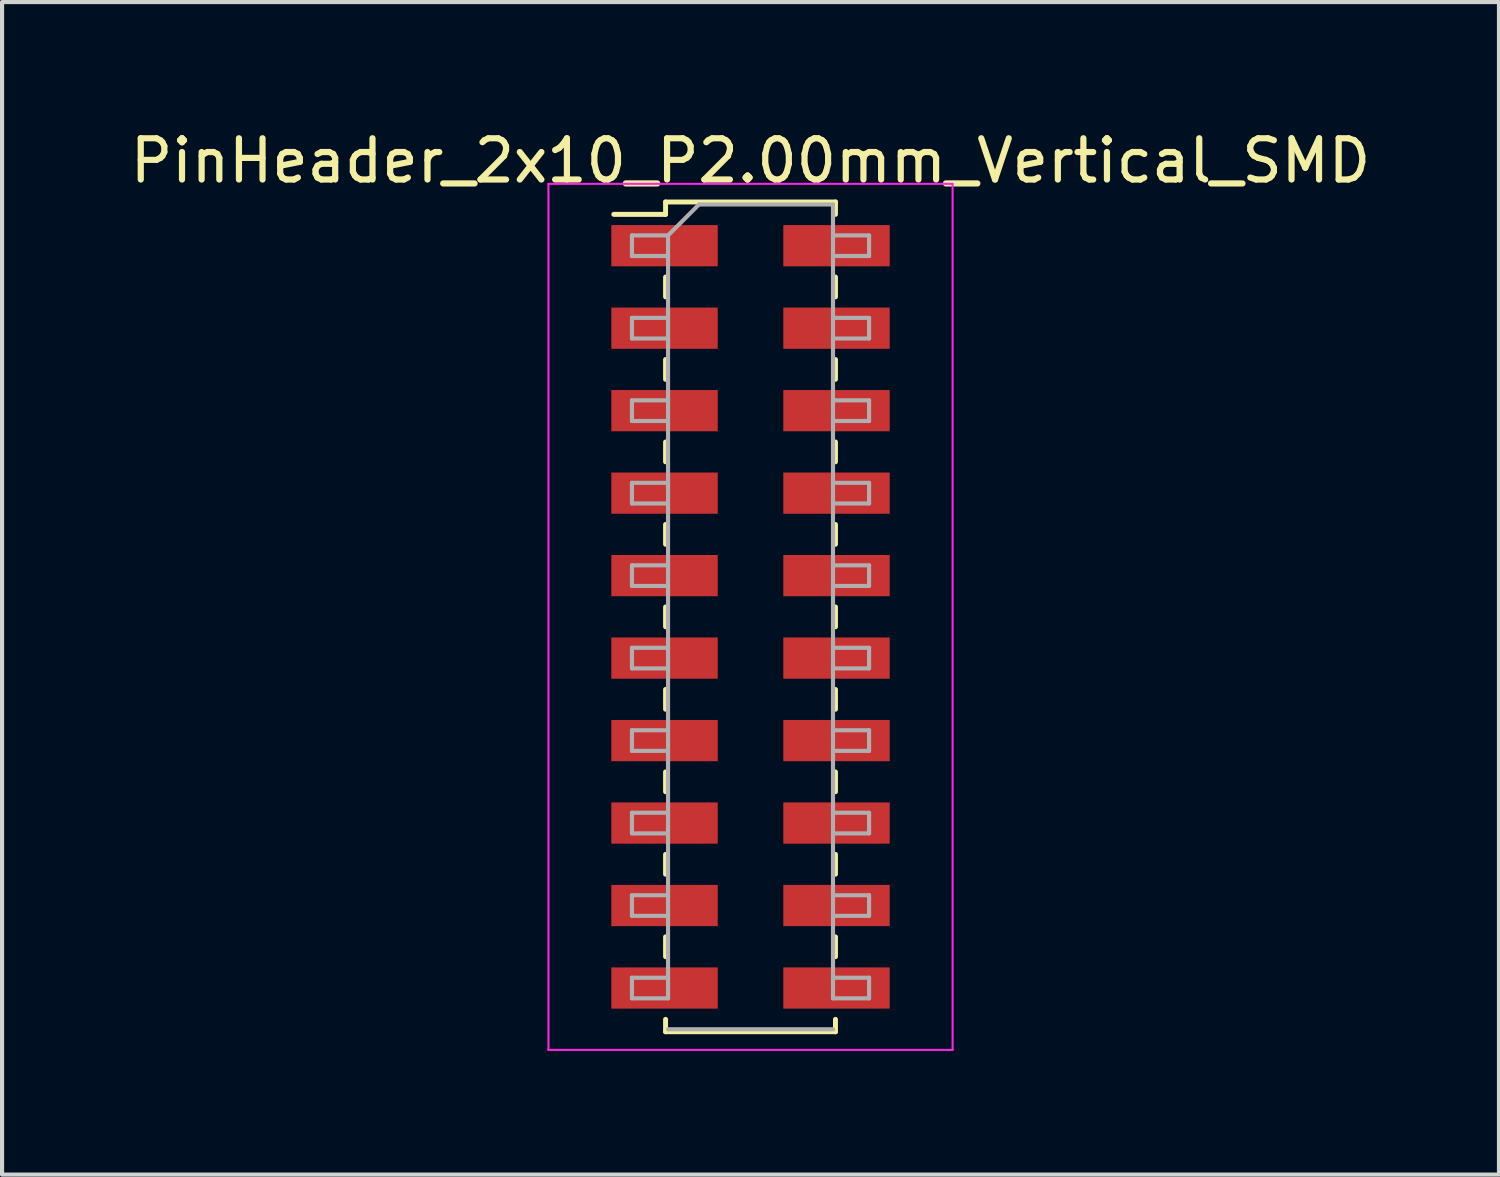
<source format=kicad_pcb>
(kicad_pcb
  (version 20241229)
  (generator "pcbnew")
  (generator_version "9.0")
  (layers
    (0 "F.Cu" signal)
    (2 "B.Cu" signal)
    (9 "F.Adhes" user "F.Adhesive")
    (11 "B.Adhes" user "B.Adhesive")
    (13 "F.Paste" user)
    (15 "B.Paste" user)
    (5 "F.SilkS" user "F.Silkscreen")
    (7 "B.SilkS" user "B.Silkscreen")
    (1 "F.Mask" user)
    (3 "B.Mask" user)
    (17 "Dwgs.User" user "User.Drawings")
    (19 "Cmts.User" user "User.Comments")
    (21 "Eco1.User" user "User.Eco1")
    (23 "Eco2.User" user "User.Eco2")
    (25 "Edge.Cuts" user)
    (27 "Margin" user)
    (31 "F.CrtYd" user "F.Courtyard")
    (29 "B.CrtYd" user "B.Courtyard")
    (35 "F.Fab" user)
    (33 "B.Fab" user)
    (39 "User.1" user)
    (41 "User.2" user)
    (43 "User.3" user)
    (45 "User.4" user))
  (footprint "PinHeader_2x10_P2.00mm_Vertical_SMD"
    (layer "F.Cu")
    (at 15.149 11.908)
    (property "Reference" "PinHeader_2x10_P2.00mm_Vertical_SMD" (at 0 -11.06 0) (layer "F.SilkS") (effects (font (size 1 1) (thickness 0.15))))
    (attr smd)
    (fp_line (start -3.315 -9.76) (end -2.06 -9.76) (stroke (width 0.12) (type solid)) (layer "F.SilkS"))
    (fp_line (start -2.06 -10.06) (end -2.06 -9.76) (stroke (width 0.12) (type solid)) (layer "F.SilkS"))
    (fp_line (start -2.06 -10.06) (end 2.06 -10.06) (stroke (width 0.12) (type solid)) (layer "F.SilkS"))
    (fp_line (start -2.06 -8.24) (end -2.06 -7.76) (stroke (width 0.12) (type solid)) (layer "F.SilkS"))
    (fp_line (start -2.06 -6.24) (end -2.06 -5.76) (stroke (width 0.12) (type solid)) (layer "F.SilkS"))
    (fp_line (start -2.06 -4.24) (end -2.06 -3.76) (stroke (width 0.12) (type solid)) (layer "F.SilkS"))
    (fp_line (start -2.06 -2.24) (end -2.06 -1.76) (stroke (width 0.12) (type solid)) (layer "F.SilkS"))
    (fp_line (start -2.06 -0.24) (end -2.06 0.24) (stroke (width 0.12) (type solid)) (layer "F.SilkS"))
    (fp_line (start -2.06 1.76) (end -2.06 2.24) (stroke (width 0.12) (type solid)) (layer "F.SilkS"))
    (fp_line (start -2.06 3.76) (end -2.06 4.24) (stroke (width 0.12) (type solid)) (layer "F.SilkS"))
    (fp_line (start -2.06 5.76) (end -2.06 6.24) (stroke (width 0.12) (type solid)) (layer "F.SilkS"))
    (fp_line (start -2.06 7.76) (end -2.06 8.24) (stroke (width 0.12) (type solid)) (layer "F.SilkS"))
    (fp_line (start -2.06 9.76) (end -2.06 10.06) (stroke (width 0.12) (type solid)) (layer "F.SilkS"))
    (fp_line (start -2.06 10.06) (end 2.06 10.06) (stroke (width 0.12) (type solid)) (layer "F.SilkS"))
    (fp_line (start 2.06 -10.06) (end 2.06 -9.76) (stroke (width 0.12) (type solid)) (layer "F.SilkS"))
    (fp_line (start 2.06 -8.24) (end 2.06 -7.76) (stroke (width 0.12) (type solid)) (layer "F.SilkS"))
    (fp_line (start 2.06 -6.24) (end 2.06 -5.76) (stroke (width 0.12) (type solid)) (layer "F.SilkS"))
    (fp_line (start 2.06 -4.24) (end 2.06 -3.76) (stroke (width 0.12) (type solid)) (layer "F.SilkS"))
    (fp_line (start 2.06 -2.24) (end 2.06 -1.76) (stroke (width 0.12) (type solid)) (layer "F.SilkS"))
    (fp_line (start 2.06 -0.24) (end 2.06 0.24) (stroke (width 0.12) (type solid)) (layer "F.SilkS"))
    (fp_line (start 2.06 1.76) (end 2.06 2.24) (stroke (width 0.12) (type solid)) (layer "F.SilkS"))
    (fp_line (start 2.06 3.76) (end 2.06 4.24) (stroke (width 0.12) (type solid)) (layer "F.SilkS"))
    (fp_line (start 2.06 5.76) (end 2.06 6.24) (stroke (width 0.12) (type solid)) (layer "F.SilkS"))
    (fp_line (start 2.06 7.76) (end 2.06 8.24) (stroke (width 0.12) (type solid)) (layer "F.SilkS"))
    (fp_line (start 2.06 9.76) (end 2.06 10.06) (stroke (width 0.12) (type solid)) (layer "F.SilkS"))
    (fp_line (start -4.9 -10.5) (end -4.9 10.5) (stroke (width 0.05) (type solid)) (layer "F.CrtYd"))
    (fp_line (start -4.9 10.5) (end 4.9 10.5) (stroke (width 0.05) (type solid)) (layer "F.CrtYd"))
    (fp_line (start 4.9 -10.5) (end -4.9 -10.5) (stroke (width 0.05) (type solid)) (layer "F.CrtYd"))
    (fp_line (start 4.9 10.5) (end 4.9 -10.5) (stroke (width 0.05) (type solid)) (layer "F.CrtYd"))
    (fp_line (start -2.875 -9.25) (end -2.875 -8.75) (stroke (width 0.1) (type solid)) (layer "F.Fab"))
    (fp_line (start -2.875 -8.75) (end -2 -8.75) (stroke (width 0.1) (type solid)) (layer "F.Fab"))
    (fp_line (start -2.875 -7.25) (end -2.875 -6.75) (stroke (width 0.1) (type solid)) (layer "F.Fab"))
    (fp_line (start -2.875 -6.75) (end -2 -6.75) (stroke (width 0.1) (type solid)) (layer "F.Fab"))
    (fp_line (start -2.875 -5.25) (end -2.875 -4.75) (stroke (width 0.1) (type solid)) (layer "F.Fab"))
    (fp_line (start -2.875 -4.75) (end -2 -4.75) (stroke (width 0.1) (type solid)) (layer "F.Fab"))
    (fp_line (start -2.875 -3.25) (end -2.875 -2.75) (stroke (width 0.1) (type solid)) (layer "F.Fab"))
    (fp_line (start -2.875 -2.75) (end -2 -2.75) (stroke (width 0.1) (type solid)) (layer "F.Fab"))
    (fp_line (start -2.875 -1.25) (end -2.875 -0.75) (stroke (width 0.1) (type solid)) (layer "F.Fab"))
    (fp_line (start -2.875 -0.75) (end -2 -0.75) (stroke (width 0.1) (type solid)) (layer "F.Fab"))
    (fp_line (start -2.875 0.75) (end -2.875 1.25) (stroke (width 0.1) (type solid)) (layer "F.Fab"))
    (fp_line (start -2.875 1.25) (end -2 1.25) (stroke (width 0.1) (type solid)) (layer "F.Fab"))
    (fp_line (start -2.875 2.75) (end -2.875 3.25) (stroke (width 0.1) (type solid)) (layer "F.Fab"))
    (fp_line (start -2.875 3.25) (end -2 3.25) (stroke (width 0.1) (type solid)) (layer "F.Fab"))
    (fp_line (start -2.875 4.75) (end -2.875 5.25) (stroke (width 0.1) (type solid)) (layer "F.Fab"))
    (fp_line (start -2.875 5.25) (end -2 5.25) (stroke (width 0.1) (type solid)) (layer "F.Fab"))
    (fp_line (start -2.875 6.75) (end -2.875 7.25) (stroke (width 0.1) (type solid)) (layer "F.Fab"))
    (fp_line (start -2.875 7.25) (end -2 7.25) (stroke (width 0.1) (type solid)) (layer "F.Fab"))
    (fp_line (start -2.875 8.75) (end -2.875 9.25) (stroke (width 0.1) (type solid)) (layer "F.Fab"))
    (fp_line (start -2.875 9.25) (end -2 9.25) (stroke (width 0.1) (type solid)) (layer "F.Fab"))
    (fp_line (start -2 -9.25) (end -2.875 -9.25) (stroke (width 0.1) (type solid)) (layer "F.Fab"))
    (fp_line (start -2 -9.25) (end -1.25 -10) (stroke (width 0.1) (type solid)) (layer "F.Fab"))
    (fp_line (start -2 -7.25) (end -2.875 -7.25) (stroke (width 0.1) (type solid)) (layer "F.Fab"))
    (fp_line (start -2 -5.25) (end -2.875 -5.25) (stroke (width 0.1) (type solid)) (layer "F.Fab"))
    (fp_line (start -2 -3.25) (end -2.875 -3.25) (stroke (width 0.1) (type solid)) (layer "F.Fab"))
    (fp_line (start -2 -1.25) (end -2.875 -1.25) (stroke (width 0.1) (type solid)) (layer "F.Fab"))
    (fp_line (start -2 0.75) (end -2.875 0.75) (stroke (width 0.1) (type solid)) (layer "F.Fab"))
    (fp_line (start -2 2.75) (end -2.875 2.75) (stroke (width 0.1) (type solid)) (layer "F.Fab"))
    (fp_line (start -2 4.75) (end -2.875 4.75) (stroke (width 0.1) (type solid)) (layer "F.Fab"))
    (fp_line (start -2 6.75) (end -2.875 6.75) (stroke (width 0.1) (type solid)) (layer "F.Fab"))
    (fp_line (start -2 8.75) (end -2.875 8.75) (stroke (width 0.1) (type solid)) (layer "F.Fab"))
    (fp_line (start -2 9.25) (end -2 -9.25) (stroke (width 0.1) (type solid)) (layer "F.Fab"))
    (fp_line (start -1.25 -10) (end 2 -10) (stroke (width 0.1) (type solid)) (layer "F.Fab"))
    (fp_line (start 2 -10) (end 2 9.25) (stroke (width 0.1) (type solid)) (layer "F.Fab"))
    (fp_line (start 2 -9.25) (end 2.875 -9.25) (stroke (width 0.1) (type solid)) (layer "F.Fab"))
    (fp_line (start 2 -7.25) (end 2.875 -7.25) (stroke (width 0.1) (type solid)) (layer "F.Fab"))
    (fp_line (start 2 -5.25) (end 2.875 -5.25) (stroke (width 0.1) (type solid)) (layer "F.Fab"))
    (fp_line (start 2 -3.25) (end 2.875 -3.25) (stroke (width 0.1) (type solid)) (layer "F.Fab"))
    (fp_line (start 2 -1.25) (end 2.875 -1.25) (stroke (width 0.1) (type solid)) (layer "F.Fab"))
    (fp_line (start 2 0.75) (end 2.875 0.75) (stroke (width 0.1) (type solid)) (layer "F.Fab"))
    (fp_line (start 2 2.75) (end 2.875 2.75) (stroke (width 0.1) (type solid)) (layer "F.Fab"))
    (fp_line (start 2 4.75) (end 2.875 4.75) (stroke (width 0.1) (type solid)) (layer "F.Fab"))
    (fp_line (start 2 6.75) (end 2.875 6.75) (stroke (width 0.1) (type solid)) (layer "F.Fab"))
    (fp_line (start 2 8.75) (end 2.875 8.75) (stroke (width 0.1) (type solid)) (layer "F.Fab"))
    (fp_line (start 2 10) (end -2 10) (stroke (width 0.1) (type solid)) (layer "F.Fab"))
    (fp_line (start 2.875 -9.25) (end 2.875 -8.75) (stroke (width 0.1) (type solid)) (layer "F.Fab"))
    (fp_line (start 2.875 -8.75) (end 2 -8.75) (stroke (width 0.1) (type solid)) (layer "F.Fab"))
    (fp_line (start 2.875 -7.25) (end 2.875 -6.75) (stroke (width 0.1) (type solid)) (layer "F.Fab"))
    (fp_line (start 2.875 -6.75) (end 2 -6.75) (stroke (width 0.1) (type solid)) (layer "F.Fab"))
    (fp_line (start 2.875 -5.25) (end 2.875 -4.75) (stroke (width 0.1) (type solid)) (layer "F.Fab"))
    (fp_line (start 2.875 -4.75) (end 2 -4.75) (stroke (width 0.1) (type solid)) (layer "F.Fab"))
    (fp_line (start 2.875 -3.25) (end 2.875 -2.75) (stroke (width 0.1) (type solid)) (layer "F.Fab"))
    (fp_line (start 2.875 -2.75) (end 2 -2.75) (stroke (width 0.1) (type solid)) (layer "F.Fab"))
    (fp_line (start 2.875 -1.25) (end 2.875 -0.75) (stroke (width 0.1) (type solid)) (layer "F.Fab"))
    (fp_line (start 2.875 -0.75) (end 2 -0.75) (stroke (width 0.1) (type solid)) (layer "F.Fab"))
    (fp_line (start 2.875 0.75) (end 2.875 1.25) (stroke (width 0.1) (type solid)) (layer "F.Fab"))
    (fp_line (start 2.875 1.25) (end 2 1.25) (stroke (width 0.1) (type solid)) (layer "F.Fab"))
    (fp_line (start 2.875 2.75) (end 2.875 3.25) (stroke (width 0.1) (type solid)) (layer "F.Fab"))
    (fp_line (start 2.875 3.25) (end 2 3.25) (stroke (width 0.1) (type solid)) (layer "F.Fab"))
    (fp_line (start 2.875 4.75) (end 2.875 5.25) (stroke (width 0.1) (type solid)) (layer "F.Fab"))
    (fp_line (start 2.875 5.25) (end 2 5.25) (stroke (width 0.1) (type solid)) (layer "F.Fab"))
    (fp_line (start 2.875 6.75) (end 2.875 7.25) (stroke (width 0.1) (type solid)) (layer "F.Fab"))
    (fp_line (start 2.875 7.25) (end 2 7.25) (stroke (width 0.1) (type solid)) (layer "F.Fab"))
    (fp_line (start 2.875 8.75) (end 2.875 9.25) (stroke (width 0.1) (type solid)) (layer "F.Fab"))
    (fp_line (start 2.875 9.25) (end 2 9.25) (stroke (width 0.1) (type solid)) (layer "F.Fab"))
    (pad "1" smd rect (at -2.085 -9) (size 2.58 1) (layers "F.Cu" "F.Mask" "F.Paste"))
    (pad "2" smd rect (at 2.085 -9) (size 2.58 1) (layers "F.Cu" "F.Mask" "F.Paste"))
    (pad "3" smd rect (at -2.085 -7) (size 2.58 1) (layers "F.Cu" "F.Mask" "F.Paste"))
    (pad "4" smd rect (at 2.085 -7) (size 2.58 1) (layers "F.Cu" "F.Mask" "F.Paste"))
    (pad "5" smd rect (at -2.085 -5) (size 2.58 1) (layers "F.Cu" "F.Mask" "F.Paste"))
    (pad "6" smd rect (at 2.085 -5) (size 2.58 1) (layers "F.Cu" "F.Mask" "F.Paste"))
    (pad "7" smd rect (at -2.085 -3) (size 2.58 1) (layers "F.Cu" "F.Mask" "F.Paste"))
    (pad "8" smd rect (at 2.085 -3) (size 2.58 1) (layers "F.Cu" "F.Mask" "F.Paste"))
    (pad "9" smd rect (at -2.085 -1) (size 2.58 1) (layers "F.Cu" "F.Mask" "F.Paste"))
    (pad "10" smd rect (at 2.085 -1) (size 2.58 1) (layers "F.Cu" "F.Mask" "F.Paste"))
    (pad "11" smd rect (at -2.085 1) (size 2.58 1) (layers "F.Cu" "F.Mask" "F.Paste"))
    (pad "12" smd rect (at 2.085 1) (size 2.58 1) (layers "F.Cu" "F.Mask" "F.Paste"))
    (pad "13" smd rect (at -2.085 3) (size 2.58 1) (layers "F.Cu" "F.Mask" "F.Paste"))
    (pad "14" smd rect (at 2.085 3) (size 2.58 1) (layers "F.Cu" "F.Mask" "F.Paste"))
    (pad "15" smd rect (at -2.085 5) (size 2.58 1) (layers "F.Cu" "F.Mask" "F.Paste"))
    (pad "16" smd rect (at 2.085 5) (size 2.58 1) (layers "F.Cu" "F.Mask" "F.Paste"))
    (pad "17" smd rect (at -2.085 7) (size 2.58 1) (layers "F.Cu" "F.Mask" "F.Paste"))
    (pad "18" smd rect (at 2.085 7) (size 2.58 1) (layers "F.Cu" "F.Mask" "F.Paste"))
    (pad "19" smd rect (at -2.085 9) (size 2.58 1) (layers "F.Cu" "F.Mask" "F.Paste"))
    (pad "20" smd rect (at 2.085 9) (size 2.58 1) (layers "F.Cu" "F.Mask" "F.Paste")))
  (gr_rect
    (start -3 -3)
    (end 33.298 25.433)
    (stroke (width 0.1) (type default))
    (fill no)
    (layer "Edge.Cuts")))
</source>
